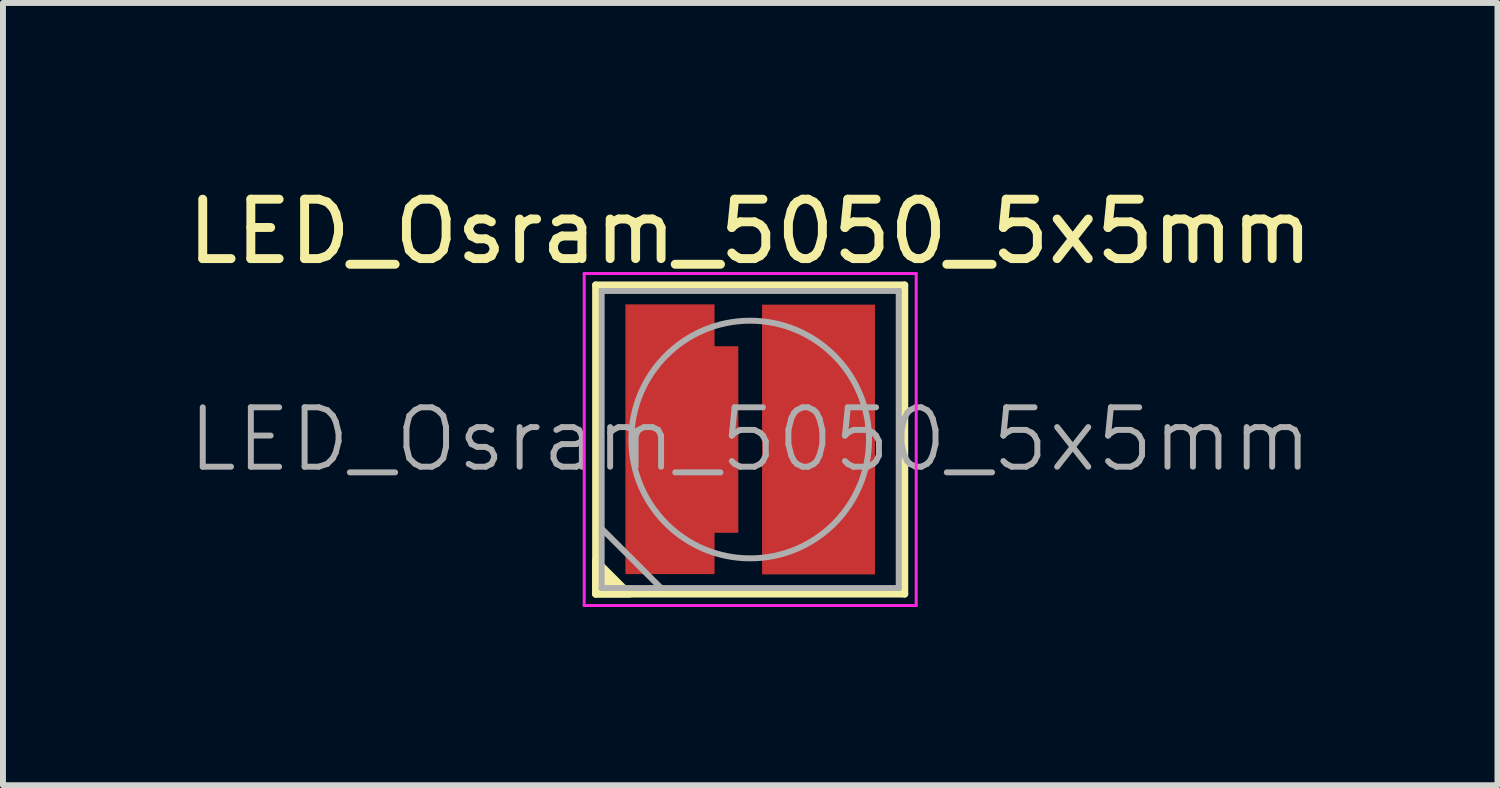
<source format=kicad_pcb>
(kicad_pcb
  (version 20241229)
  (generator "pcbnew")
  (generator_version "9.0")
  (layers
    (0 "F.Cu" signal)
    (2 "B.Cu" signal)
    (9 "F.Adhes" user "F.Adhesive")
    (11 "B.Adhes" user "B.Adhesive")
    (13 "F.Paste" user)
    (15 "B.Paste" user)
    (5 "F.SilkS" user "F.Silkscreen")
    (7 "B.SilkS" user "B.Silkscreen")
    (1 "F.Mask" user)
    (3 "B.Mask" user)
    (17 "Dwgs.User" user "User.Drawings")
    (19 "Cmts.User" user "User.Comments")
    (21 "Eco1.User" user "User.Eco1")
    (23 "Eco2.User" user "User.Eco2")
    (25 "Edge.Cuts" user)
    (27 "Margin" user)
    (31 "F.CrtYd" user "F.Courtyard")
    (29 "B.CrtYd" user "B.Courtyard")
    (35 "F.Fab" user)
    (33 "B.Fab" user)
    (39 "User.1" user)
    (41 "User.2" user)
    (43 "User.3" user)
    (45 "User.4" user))
  (footprint "LED_Osram_5050_5x5mm"
    (layer "F.Cu")
    (at 9.577 4.348)
    (property "Reference" "LED_Osram_5050_5x5mm" (at 0 -3.5 0) (layer "F.SilkS") (effects (font (size 1 1) (thickness 0.15))))
    (attr smd)
    (fp_line (start -2.6 -2.6) (end -2.6 2.6) (stroke (width 0.12) (type solid)) (layer "F.SilkS"))
    (fp_line (start 2.6 -2.6) (end -2.6 -2.6) (stroke (width 0.12) (type solid)) (layer "F.SilkS"))
    (fp_line (start 2.6 2.6) (end -2.6 2.6) (stroke (width 0.12) (type solid)) (layer "F.SilkS"))
    (fp_line (start 2.6 2.6) (end 2.6 -2.6) (stroke (width 0.12) (type solid)) (layer "F.SilkS"))
    (fp_poly (pts (xy -2.6 2.6) (xy -2.032 2.6) (xy -2.6 2.032)) (stroke (width 0.12) (type solid)) (fill yes) (layer "F.SilkS"))
    (fp_rect (start -2 -2.05) (end -0.7 -1.55) (stroke (width 0) (type solid)) (fill yes) (layer "F.Paste"))
    (fp_rect (start -2 -1.25) (end -0.3 -0.15) (stroke (width 0) (type solid)) (fill yes) (layer "F.Paste"))
    (fp_rect (start -2 0.15) (end -0.3 1.25) (stroke (width 0) (type solid)) (fill yes) (layer "F.Paste"))
    (fp_rect (start -2 1.55) (end -0.7 2.05) (stroke (width 0) (type solid)) (fill yes) (layer "F.Paste"))
    (fp_rect (start 0.293 0.98) (end 1.993 2.18) (stroke (width 0) (type solid)) (fill yes) (layer "F.Paste"))
    (fp_rect (start 0.3 -2.18) (end 2 -0.98) (stroke (width 0) (type solid)) (fill yes) (layer "F.Paste"))
    (fp_rect (start 0.3 -0.67) (end 2 0.67) (stroke (width 0) (type solid)) (fill yes) (layer "F.Paste"))
    (fp_line (start -2.794 -2.794) (end -2.794 2.794) (stroke (width 0.05) (type solid)) (layer "F.CrtYd"))
    (fp_line (start -2.794 2.794) (end 2.794 2.794) (stroke (width 0.05) (type solid)) (layer "F.CrtYd"))
    (fp_line (start 2.794 -2.794) (end -2.794 -2.794) (stroke (width 0.05) (type solid)) (layer "F.CrtYd"))
    (fp_line (start 2.794 2.794) (end 2.794 -2.794) (stroke (width 0.05) (type solid)) (layer "F.CrtYd"))
    (fp_line (start -2.5 -2.5) (end -2.5 2.5) (stroke (width 0.1) (type solid)) (layer "F.Fab"))
    (fp_line (start -2.5 2.5) (end 2.5 2.5) (stroke (width 0.1) (type solid)) (layer "F.Fab"))
    (fp_line (start -1.5 2.5) (end -2.5 1.5) (stroke (width 0.1) (type solid)) (layer "F.Fab"))
    (fp_line (start 2.5 -2.5) (end -2.5 -2.5) (stroke (width 0.1) (type solid)) (layer "F.Fab"))
    (fp_line (start 2.5 2.5) (end 2.5 -2.5) (stroke (width 0.1) (type solid)) (layer "F.Fab"))
    (fp_circle (center 0 0) (end 0 -2) (stroke (width 0.1) (type solid)) (fill no) (layer "F.Fab"))
    (fp_text user "${REFERENCE}" (at 0 0 0) (layer "F.Fab") (effects (font (size 1 1) (thickness 0.1))))
    (pad "1" smd custom (at -1.15 0) (size 1.9 3.14) (layers "F.Cu" "F.Mask") (options (anchor rect)) (primitives (gr_rect (start -0.95 -2.275) (end 0.55 2.265) (width 0) (fill yes)) (gr_line (start 0.247 0) (end 0.247 1.016) (width 0.12))))
    (pad "2" smd custom (at 1.15 0) (size 1.9 4.54) (layers "F.Cu" "F.Mask") (options (anchor rect)) (primitives (gr_line (start 0.247 0) (end 0.247 1.016) (width 0.12)))))
  (gr_rect
    (start -3 -3)
    (end 22.155 10.167)
    (stroke (width 0.1) (type default))
    (fill no)
    (layer "Edge.Cuts")))
</source>
